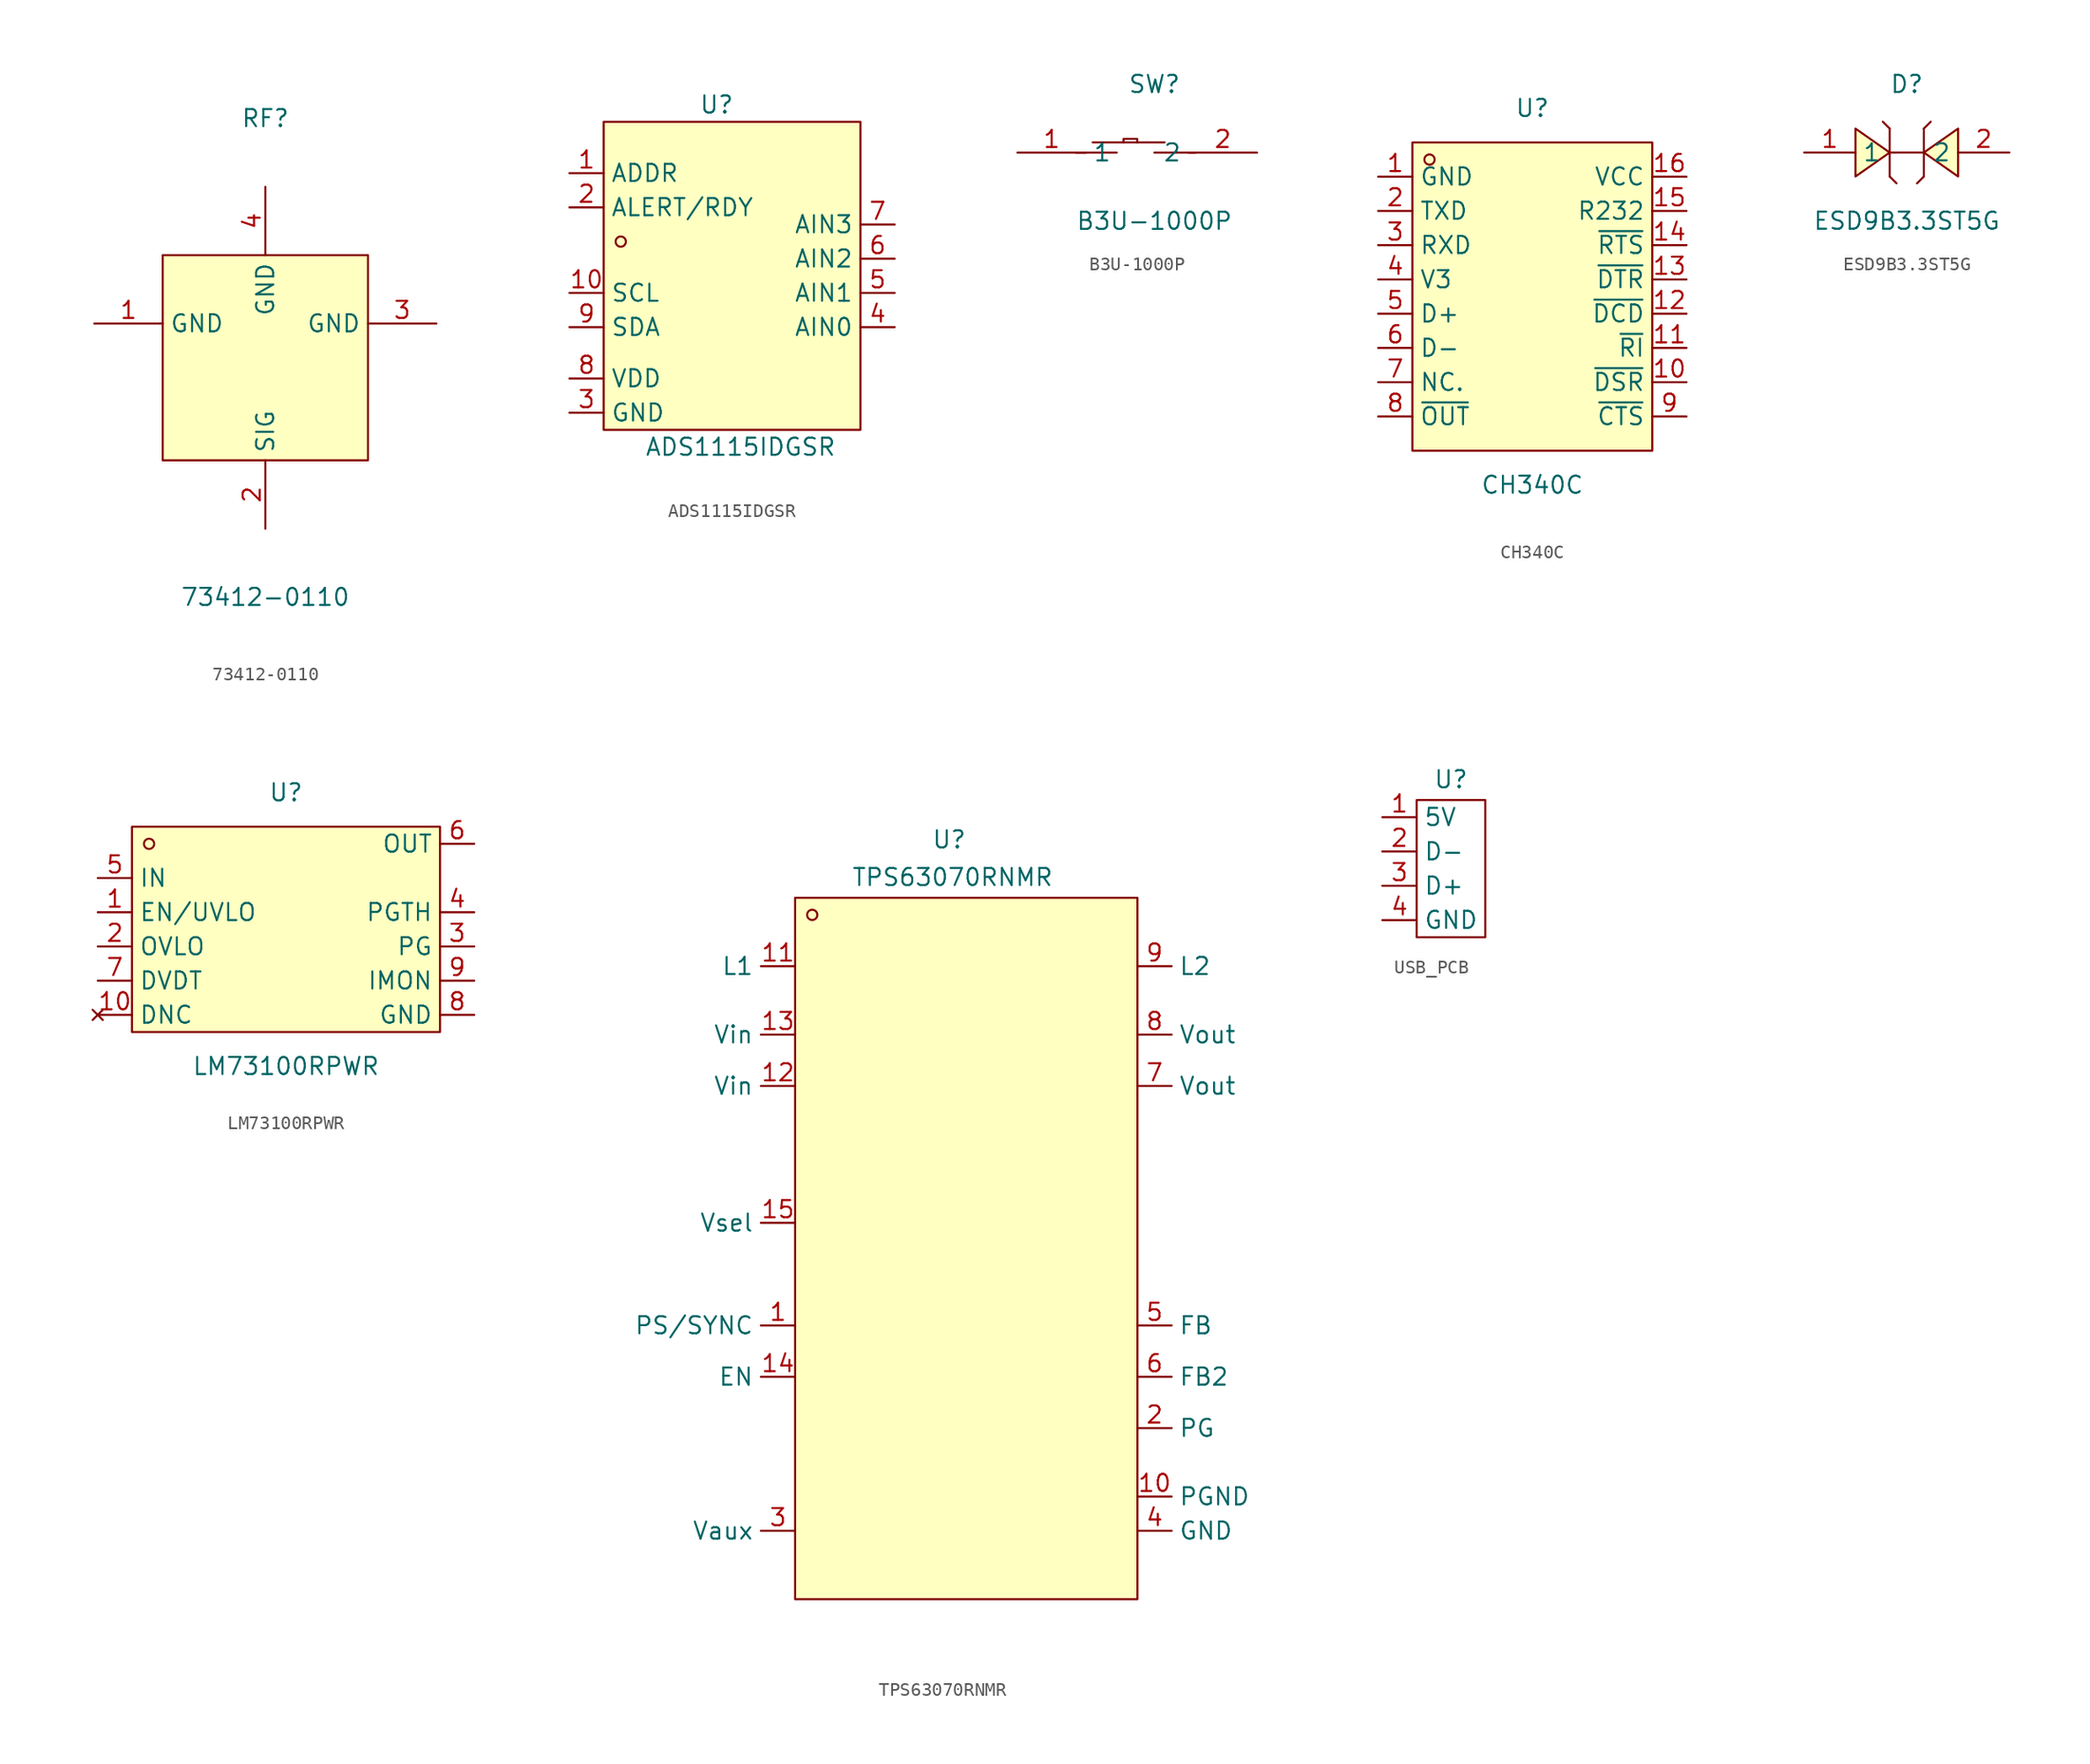
<source format=kicad_sym>
(kicad_symbol_lib
  (version 20231120)
  (generator "kicad_symbol_editor")
  (generator_version "8.0")
  (symbol "73412-0110"
    (property "Reference" "RF"
      (at 0 20.32 0)
      (effects (font (size 1.27 1.27))))
    (property "Value" "73412-0110"
      (at 0 -15.24 0)
      (effects (font (size 1.27 1.27))))
    (symbol "73412-0110_0_1"
      (rectangle (start -7.62 10.16) (end 7.62 -5.08) (stroke (width 0) (type default)) (fill (type background)))
      (pin unspecified line (at -12.7 5.08 0) (length 5.08) (name "GND" (effects (font (size 1.27 1.27)))) (number "1" (effects (font (size 1.27 1.27)))))
      (pin unspecified line (at 0 -10.16 90) (length 5.08) (name "SIG" (effects (font (size 1.27 1.27)))) (number "2" (effects (font (size 1.27 1.27)))))
      (pin unspecified line (at 12.7 5.08 180) (length 5.08) (name "GND" (effects (font (size 1.27 1.27)))) (number "3" (effects (font (size 1.27 1.27)))))
      (pin unspecified line (at 0 15.24 270) (length 5.08) (name "GND" (effects (font (size 1.27 1.27)))) (number "4" (effects (font (size 1.27 1.27)))))))
  (symbol "ADS1115IDGSR"
    (property "Reference" "U"
      (at -1.778 15.24 0)
      (effects (font (size 1.27 1.27))))
    (property "Value" "ADS1115IDGSR"
      (at 0 -10.16 0)
      (effects (font (size 1.27 1.27))))
    (symbol "ADS1115IDGSR_0_1"
      (rectangle (start -10.16 13.97) (end 8.89 -8.89) (stroke (width 0) (type default)) (fill (type background)))
      (circle (center -8.89 5.08) (radius 0.38) (stroke (width 0) (type default)) (fill (type none)))
      (pin unspecified line (at -12.7 10.16 0) (length 2.54) (name "ADDR" (effects (font (size 1.27 1.27)))) (number "1" (effects (font (size 1.27 1.27)))))
      (pin unspecified line (at -12.7 1.27 0) (length 2.54) (name "SCL" (effects (font (size 1.27 1.27)))) (number "10" (effects (font (size 1.27 1.27)))))
      (pin unspecified line (at -12.7 7.62 0) (length 2.54) (name "ALERT/RDY" (effects (font (size 1.27 1.27)))) (number "2" (effects (font (size 1.27 1.27)))))
      (pin unspecified line (at -12.7 -7.62 0) (length 2.54) (name "GND" (effects (font (size 1.27 1.27)))) (number "3" (effects (font (size 1.27 1.27)))))
      (pin unspecified line (at 11.43 -1.27 180) (length 2.54) (name "AIN0" (effects (font (size 1.27 1.27)))) (number "4" (effects (font (size 1.27 1.27)))))
      (pin unspecified line (at 11.43 1.27 180) (length 2.54) (name "AIN1" (effects (font (size 1.27 1.27)))) (number "5" (effects (font (size 1.27 1.27)))))
      (pin unspecified line (at 11.43 3.81 180) (length 2.54) (name "AIN2" (effects (font (size 1.27 1.27)))) (number "6" (effects (font (size 1.27 1.27)))))
      (pin unspecified line (at 11.43 6.35 180) (length 2.54) (name "AIN3" (effects (font (size 1.27 1.27)))) (number "7" (effects (font (size 1.27 1.27)))))
      (pin unspecified line (at -12.7 -5.08 0) (length 2.54) (name "VDD" (effects (font (size 1.27 1.27)))) (number "8" (effects (font (size 1.27 1.27)))))
      (pin unspecified line (at -12.7 -1.27 0) (length 2.54) (name "SDA" (effects (font (size 1.27 1.27)))) (number "9" (effects (font (size 1.27 1.27)))))))
  (symbol "B3U-1000P"
    (property "Reference" "SW"
      (at 0 5.08 0)
      (effects (font (size 1.27 1.27))))
    (property "Value" "B3U-1000P"
      (at 0 -5.08 0)
      (effects (font (size 1.27 1.27))))
    (symbol "B3U-1000P_0_1"
      (polyline (pts (xy -5.84 0) (xy -2.79 0)) (stroke (width 0) (type default)) (fill (type none)))
      (polyline (pts (xy -4.57 0.76) (xy 0.76 0.76)) (stroke (width 0) (type default)) (fill (type none)))
      (polyline (pts (xy 0 0) (xy 3.05 0)) (stroke (width 0) (type default)) (fill (type none)))
      (polyline (pts (xy -2.29 0.76) (xy -2.29 1.02) (xy -1.27 1.02) (xy -1.27 0.76)) (stroke (width 0) (type default)) (fill (type none)))
      (pin unspecified line (at -10.16 0 0) (length 5.08) (name "1" (effects (font (size 1.27 1.27)))) (number "1" (effects (font (size 1.27 1.27)))))
      (pin unspecified line (at 7.62 0 180) (length 5.08) (name "2" (effects (font (size 1.27 1.27)))) (number "2" (effects (font (size 1.27 1.27)))))))
  (symbol "CH340C"
    (property "Reference" "U"
      (at 0 13.97 0)
      (effects (font (size 1.27 1.27))))
    (property "Value" "CH340C"
      (at 0 -13.97 0)
      (effects (font (size 1.27 1.27))))
    (symbol "CH340C_0_1"
      (rectangle (start -8.89 11.43) (end 8.89 -11.43) (stroke (width 0) (type default)) (fill (type background)))
      (circle (center -7.62 10.16) (radius 0.38) (stroke (width 0) (type default)) (fill (type none)))
      (pin unspecified line (at -11.43 8.89 0) (length 2.54) (name "GND" (effects (font (size 1.27 1.27)))) (number "1" (effects (font (size 1.27 1.27)))))
      (pin unspecified line (at 11.43 -6.35 180) (length 2.54) (name "~{DSR}" (effects (font (size 1.27 1.27)))) (number "10" (effects (font (size 1.27 1.27)))))
      (pin unspecified line (at 11.43 -3.81 180) (length 2.54) (name "~{RI}" (effects (font (size 1.27 1.27)))) (number "11" (effects (font (size 1.27 1.27)))))
      (pin unspecified line (at 11.43 -1.27 180) (length 2.54) (name "~{DCD}" (effects (font (size 1.27 1.27)))) (number "12" (effects (font (size 1.27 1.27)))))
      (pin unspecified line (at 11.43 1.27 180) (length 2.54) (name "~{DTR}" (effects (font (size 1.27 1.27)))) (number "13" (effects (font (size 1.27 1.27)))))
      (pin unspecified line (at 11.43 3.81 180) (length 2.54) (name "~{RTS}" (effects (font (size 1.27 1.27)))) (number "14" (effects (font (size 1.27 1.27)))))
      (pin unspecified line (at 11.43 6.35 180) (length 2.54) (name "R232" (effects (font (size 1.27 1.27)))) (number "15" (effects (font (size 1.27 1.27)))))
      (pin unspecified line (at 11.43 8.89 180) (length 2.54) (name "VCC" (effects (font (size 1.27 1.27)))) (number "16" (effects (font (size 1.27 1.27)))))
      (pin unspecified line (at -11.43 6.35 0) (length 2.54) (name "TXD" (effects (font (size 1.27 1.27)))) (number "2" (effects (font (size 1.27 1.27)))))
      (pin unspecified line (at -11.43 3.81 0) (length 2.54) (name "RXD" (effects (font (size 1.27 1.27)))) (number "3" (effects (font (size 1.27 1.27)))))
      (pin unspecified line (at -11.43 1.27 0) (length 2.54) (name "V3" (effects (font (size 1.27 1.27)))) (number "4" (effects (font (size 1.27 1.27)))))
      (pin unspecified line (at -11.43 -1.27 0) (length 2.54) (name "D+" (effects (font (size 1.27 1.27)))) (number "5" (effects (font (size 1.27 1.27)))))
      (pin unspecified line (at -11.43 -3.81 0) (length 2.54) (name "D-" (effects (font (size 1.27 1.27)))) (number "6" (effects (font (size 1.27 1.27)))))
      (pin unspecified line (at -11.43 -6.35 0) (length 2.54) (name "NC." (effects (font (size 1.27 1.27)))) (number "7" (effects (font (size 1.27 1.27)))))
      (pin unspecified line (at -11.43 -8.89 0) (length 2.54) (name "~{OUT}" (effects (font (size 1.27 1.27)))) (number "8" (effects (font (size 1.27 1.27)))))
      (pin unspecified line (at 11.43 -8.89 180) (length 2.54) (name "~{CTS}" (effects (font (size 1.27 1.27)))) (number "9" (effects (font (size 1.27 1.27)))))))
  (symbol "ESD9B3.3ST5G"
    (property "Reference" "D"
      (at 0 5.08 0)
      (effects (font (size 1.27 1.27))))
    (property "Value" "ESD9B3.3ST5G"
      (at 0 -5.08 0)
      (effects (font (size 1.27 1.27))))
    (symbol "ESD9B3.3ST5G_0_1"
      (polyline (pts (xy -1.27 -1.78) (xy -1.27 1.78)) (stroke (width 0) (type default)) (fill (type none)))
      (polyline (pts (xy -1.27 -1.78) (xy -0.76 -2.29)) (stroke (width 0) (type default)) (fill (type none)))
      (polyline (pts (xy -1.27 0) (xy 1.27 0)) (stroke (width 0) (type default)) (fill (type none)))
      (polyline (pts (xy -1.27 1.78) (xy -1.78 2.29)) (stroke (width 0) (type default)) (fill (type none)))
      (polyline (pts (xy 1.27 -1.78) (xy 0.76 -2.29)) (stroke (width 0) (type default)) (fill (type none)))
      (polyline (pts (xy 1.27 1.78) (xy 1.27 -1.78)) (stroke (width 0) (type default)) (fill (type none)))
      (polyline (pts (xy 1.27 1.78) (xy 1.78 2.29)) (stroke (width 0) (type default)) (fill (type none)))
      (polyline (pts (xy -3.81 -1.78) (xy -1.27 0) (xy -3.81 1.78) (xy -3.81 -1.78)) (stroke (width 0) (type default)) (fill (type background)))
      (polyline (pts (xy 3.81 1.78) (xy 1.27 0) (xy 3.81 -1.78) (xy 3.81 1.78)) (stroke (width 0) (type default)) (fill (type background)))
      (pin unspecified line (at -7.62 0 0) (length 3.81) (name "1" (effects (font (size 1.27 1.27)))) (number "1" (effects (font (size 1.27 1.27)))))
      (pin unspecified line (at 7.62 0 180) (length 3.81) (name "2" (effects (font (size 1.27 1.27)))) (number "2" (effects (font (size 1.27 1.27)))))))
  (symbol "LM73100RPWR"
    (property "Reference" "U"
      (at 0 10.16 0)
      (effects (font (size 1.27 1.27))))
    (property "Value" "LM73100RPWR"
      (at 0 -10.16 0)
      (effects (font (size 1.27 1.27))))
    (symbol "LM73100RPWR_0_1"
      (rectangle (start -11.43 7.62) (end 11.43 -7.62) (stroke (width 0) (type default)) (fill (type background)))
      (circle (center -10.16 6.35) (radius 0.38) (stroke (width 0) (type default)) (fill (type none)))
      (pin input line (at -13.97 1.27 0) (length 2.54) (name "EN/UVLO" (effects (font (size 1.27 1.27)))) (number "1" (effects (font (size 1.27 1.27)))))
      (pin no_connect line (at -13.97 -6.35 0) (length 2.54) (name "DNC" (effects (font (size 1.27 1.27)))) (number "10" (effects (font (size 1.27 1.27)))))
      (pin input line (at -13.97 -1.27 0) (length 2.54) (name "OVLO" (effects (font (size 1.27 1.27)))) (number "2" (effects (font (size 1.27 1.27)))))
      (pin output line (at 13.97 -1.27 180) (length 2.54) (name "PG" (effects (font (size 1.27 1.27)))) (number "3" (effects (font (size 1.27 1.27)))))
      (pin input line (at 13.97 1.27 180) (length 2.54) (name "PGTH" (effects (font (size 1.27 1.27)))) (number "4" (effects (font (size 1.27 1.27)))))
      (pin power_in line (at -13.97 3.81 0) (length 2.54) (name "IN" (effects (font (size 1.27 1.27)))) (number "5" (effects (font (size 1.27 1.27)))))
      (pin power_out line (at 13.97 6.35 180) (length 2.54) (name "OUT" (effects (font (size 1.27 1.27)))) (number "6" (effects (font (size 1.27 1.27)))))
      (pin passive line (at -13.97 -3.81 0) (length 2.54) (name "DVDT" (effects (font (size 1.27 1.27)))) (number "7" (effects (font (size 1.27 1.27)))))
      (pin power_in line (at 13.97 -6.35 180) (length 2.54) (name "GND" (effects (font (size 1.27 1.27)))) (number "8" (effects (font (size 1.27 1.27)))))
      (pin output line (at 13.97 -3.81 180) (length 2.54) (name "IMON" (effects (font (size 1.27 1.27)))) (number "9" (effects (font (size 1.27 1.27)))))))
  (symbol "TPS63070RNMR"
    (property "Reference" "U"
      (at 0 15.748 0)
      (effects (font (size 1.27 1.27))))
    (property "Value" "TPS63070RNMR"
      (at 0.254 12.954 0)
      (effects (font (size 1.27 1.27))))
    (symbol "TPS63070RNMR_0_1"
      (rectangle (start -11.43 11.43) (end 13.97 -40.64) (stroke (width 0) (type default)) (fill (type background)))
      (circle (center -10.16 10.16) (radius 0.38) (stroke (width 0) (type default)) (fill (type none)))
      (pin input line (at -11.43 -20.32 180) (length 2.54) (name "PS/SYNC" (effects (font (size 1.27 1.27)))) (number "1" (effects (font (size 1.27 1.27)))))
      (pin input line (at -11.43 -24.13 180) (length 2.54) (name "EN" (effects (font (size 1.27 1.27)))) (number "14" (effects (font (size 1.27 1.27)))))
      (pin input line (at -11.43 -12.7 180) (length 2.54) (name "Vsel" (effects (font (size 1.27 1.27)))) (number "15" (effects (font (size 1.27 1.27)))))
      (pin passive line (at -11.43 -35.56 180) (length 2.54) (name "Vaux" (effects (font (size 1.27 1.27)))) (number "3" (effects (font (size 1.27 1.27)))))
      (pin power_in line (at 13.97 -35.56 0) (length 2.54) (name "GND" (effects (font (size 1.27 1.27)))) (number "4" (effects (font (size 1.27 1.27))))))
    (symbol "TPS63070RNMR_1_1"
      (pin power_in line (at 13.97 -33.02 0) (length 2.54) (name "PGND" (effects (font (size 1.27 1.27)))) (number "10" (effects (font (size 1.27 1.27)))))
      (pin passive line (at -11.43 6.35 180) (length 2.54) (name "L1" (effects (font (size 1.27 1.27)))) (number "11" (effects (font (size 1.27 1.27)))))
      (pin power_in line (at -11.43 -2.54 180) (length 2.54) (name "Vin" (effects (font (size 1.27 1.27)))) (number "12" (effects (font (size 1.27 1.27)))))
      (pin power_in line (at -11.43 1.27 180) (length 2.54) (name "Vin" (effects (font (size 1.27 1.27)))) (number "13" (effects (font (size 1.27 1.27)))))
      (pin open_collector line (at 13.97 -27.94 0) (length 2.54) (name "PG" (effects (font (size 1.27 1.27)))) (number "2" (effects (font (size 1.27 1.27)))))
      (pin input line (at 13.97 -20.32 0) (length 2.54) (name "FB" (effects (font (size 1.27 1.27)))) (number "5" (effects (font (size 1.27 1.27)))))
      (pin input line (at 13.97 -24.13 0) (length 2.54) (name "FB2" (effects (font (size 1.27 1.27)))) (number "6" (effects (font (size 1.27 1.27)))))
      (pin power_out line (at 13.97 -2.54 0) (length 2.54) (name "Vout" (effects (font (size 1.27 1.27)))) (number "7" (effects (font (size 1.27 1.27)))))
      (pin power_out line (at 13.97 1.27 0) (length 2.54) (name "Vout" (effects (font (size 1.27 1.27)))) (number "8" (effects (font (size 1.27 1.27)))))
      (pin passive line (at 13.97 6.35 0) (length 2.54) (name "L2" (effects (font (size 1.27 1.27)))) (number "9" (effects (font (size 1.27 1.27)))))))
  (symbol "USB_PCB"
    (property "Reference" "U"
      (at 0 4.064 0)
      (effects (font (size 1.27 1.27))))
    (property "Value" ""
      (at 0 0 0)
      (effects (font (size 1.27 1.27))))
    (symbol "USB_PCB_0_1"
      (rectangle (start -2.54 2.54) (end 2.54 -7.62) (stroke (width 0) (type default)) (fill (type none))))
    (symbol "USB_PCB_1_1"
      (pin power_out line (at -5.08 1.27 0) (length 2.54) (name "5V" (effects (font (size 1.27 1.27)))) (number "1" (effects (font (size 1.27 1.27)))))
      (pin bidirectional line (at -5.08 -1.27 0) (length 2.54) (name "D-" (effects (font (size 1.27 1.27)))) (number "2" (effects (font (size 1.27 1.27)))))
      (pin bidirectional line (at -5.08 -3.81 0) (length 2.54) (name "D+" (effects (font (size 1.27 1.27)))) (number "3" (effects (font (size 1.27 1.27)))))
      (pin power_out line (at -5.08 -6.35 0) (length 2.54) (name "GND" (effects (font (size 1.27 1.27)))) (number "4" (effects (font (size 1.27 1.27))))))))
</source>
